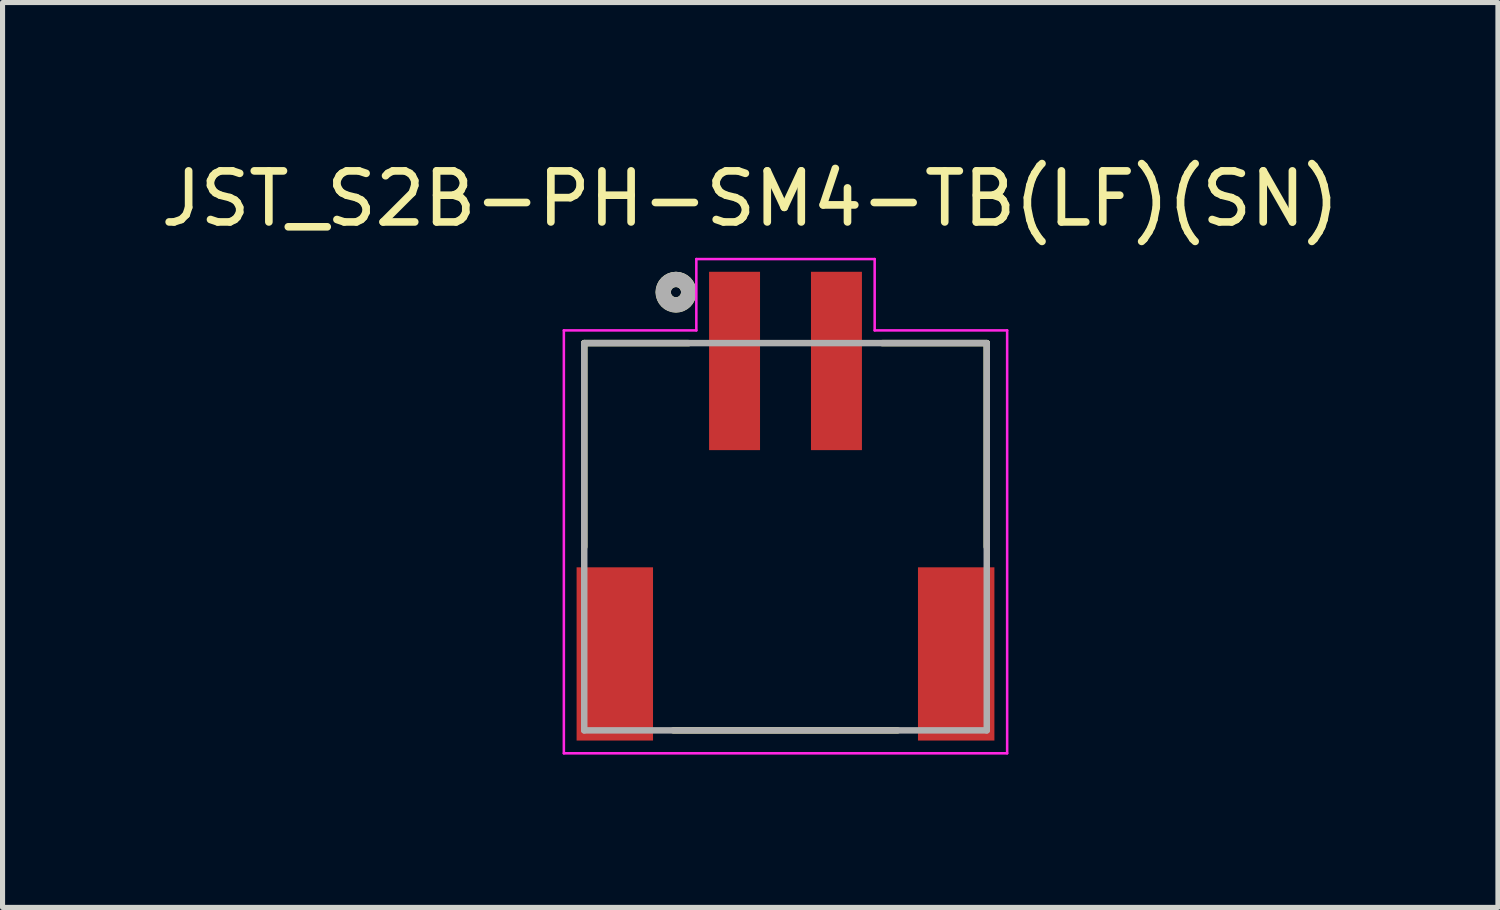
<source format=kicad_pcb>
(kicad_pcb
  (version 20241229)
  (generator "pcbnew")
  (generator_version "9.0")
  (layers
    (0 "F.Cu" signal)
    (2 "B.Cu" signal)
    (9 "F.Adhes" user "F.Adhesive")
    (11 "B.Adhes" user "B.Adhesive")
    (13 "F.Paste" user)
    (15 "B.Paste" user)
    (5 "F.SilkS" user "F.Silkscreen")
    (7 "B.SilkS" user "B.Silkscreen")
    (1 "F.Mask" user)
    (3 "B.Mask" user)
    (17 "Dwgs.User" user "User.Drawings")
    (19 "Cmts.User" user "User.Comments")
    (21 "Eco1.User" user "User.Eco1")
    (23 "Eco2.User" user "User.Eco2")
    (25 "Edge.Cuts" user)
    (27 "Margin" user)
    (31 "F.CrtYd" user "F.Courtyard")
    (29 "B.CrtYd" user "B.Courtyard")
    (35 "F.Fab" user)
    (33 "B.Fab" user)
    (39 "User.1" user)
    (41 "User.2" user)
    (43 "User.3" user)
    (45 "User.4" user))
  (footprint "JST_S2B-PH-SM4-TB(LF)(SN)"
    (layer "F.Cu")
    (at 12.366 4.034)
    (property "Reference" "JST_S2B-PH-SM4-TB(LF)(SN)" (at -0.692 -3.184 0) (layer "F.SilkS") (effects (font (size 1.002 1.002) (thickness 0.15))))
    (attr smd)
    (fp_line (start -3.95 -0.35) (end -3.95 3.65) (stroke (width 0.127) (type solid)) (layer "F.SilkS"))
    (fp_line (start -2.2 7.25) (end 2.2 7.25) (stroke (width 0.127) (type solid)) (layer "F.SilkS"))
    (fp_line (start -1.9 -0.35) (end -3.95 -0.35) (stroke (width 0.127) (type solid)) (layer "F.SilkS"))
    (fp_line (start 3.95 -0.35) (end 1.9 -0.35) (stroke (width 0.127) (type solid)) (layer "F.SilkS"))
    (fp_line (start 3.95 3.65) (end 3.95 -0.35) (stroke (width 0.127) (type solid)) (layer "F.SilkS"))
    (fp_circle (center -2.15 -1.35) (end -2.05 -1.35) (stroke (width 0.3) (type solid)) (fill no) (layer "F.SilkS"))
    (fp_line (start -4.35 -0.6) (end -1.75 -0.6) (stroke (width 0.05) (type solid)) (layer "F.CrtYd"))
    (fp_line (start -4.35 7.7) (end -4.35 -0.6) (stroke (width 0.05) (type solid)) (layer "F.CrtYd"))
    (fp_line (start -1.75 -2) (end 1.75 -2) (stroke (width 0.05) (type solid)) (layer "F.CrtYd"))
    (fp_line (start -1.75 -0.6) (end -1.75 -2) (stroke (width 0.05) (type solid)) (layer "F.CrtYd"))
    (fp_line (start 1.75 -2) (end 1.75 -0.6) (stroke (width 0.05) (type solid)) (layer "F.CrtYd"))
    (fp_line (start 1.75 -0.6) (end 4.35 -0.6) (stroke (width 0.05) (type solid)) (layer "F.CrtYd"))
    (fp_line (start 4.35 -0.6) (end 4.35 7.7) (stroke (width 0.05) (type solid)) (layer "F.CrtYd"))
    (fp_line (start 4.35 7.7) (end -4.35 7.7) (stroke (width 0.05) (type solid)) (layer "F.CrtYd"))
    (fp_line (start -3.95 -0.35) (end 3.95 -0.35) (stroke (width 0.127) (type solid)) (layer "F.Fab"))
    (fp_line (start -3.95 7.25) (end -3.95 -0.35) (stroke (width 0.127) (type solid)) (layer "F.Fab"))
    (fp_line (start 3.95 -0.35) (end 3.95 7.25) (stroke (width 0.127) (type solid)) (layer "F.Fab"))
    (fp_line (start 3.95 7.25) (end -3.95 7.25) (stroke (width 0.127) (type solid)) (layer "F.Fab"))
    (fp_circle (center -2.15 -1.35) (end -2.05 -1.35) (stroke (width 0.3) (type solid)) (fill no) (layer "F.Fab"))
    (pad "1" smd rect (at -1 0 180) (size 1 3.5) (layers "F.Cu" "F.Mask" "F.Paste"))
    (pad "2" smd rect (at 1 0 180) (size 1 3.5) (layers "F.Cu" "F.Mask" "F.Paste"))
    (pad "S1" smd rect (at -3.35 5.75 180) (size 1.5 3.4) (layers "F.Cu" "F.Mask" "F.Paste"))
    (pad "S2" smd rect (at 3.35 5.75 180) (size 1.5 3.4) (layers "F.Cu" "F.Mask" "F.Paste")))
  (gr_rect
    (start -3 -3)
    (end 26.348 14.759)
    (stroke (width 0.1) (type default))
    (fill no)
    (layer "Edge.Cuts")))
</source>
